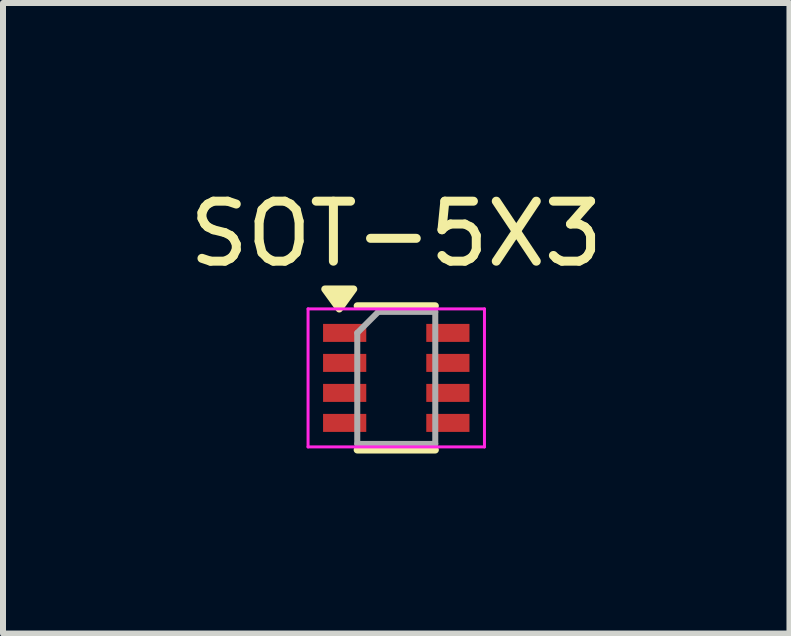
<source format=kicad_pcb>
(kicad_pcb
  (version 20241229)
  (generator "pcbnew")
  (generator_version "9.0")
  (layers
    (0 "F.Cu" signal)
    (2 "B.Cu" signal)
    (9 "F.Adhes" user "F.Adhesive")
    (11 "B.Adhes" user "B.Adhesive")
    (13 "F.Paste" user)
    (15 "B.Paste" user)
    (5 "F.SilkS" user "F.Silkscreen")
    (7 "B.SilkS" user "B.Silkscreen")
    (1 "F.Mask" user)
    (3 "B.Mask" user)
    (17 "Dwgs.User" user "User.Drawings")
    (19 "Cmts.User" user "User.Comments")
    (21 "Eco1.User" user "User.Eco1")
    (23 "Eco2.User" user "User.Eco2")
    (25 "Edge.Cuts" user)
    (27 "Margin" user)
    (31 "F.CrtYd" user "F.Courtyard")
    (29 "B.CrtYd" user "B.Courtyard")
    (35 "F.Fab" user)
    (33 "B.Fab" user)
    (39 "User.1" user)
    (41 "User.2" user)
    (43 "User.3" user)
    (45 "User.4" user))
  (footprint "SOT-5X3"
    (layer "F.Cu")
    (at 3.554 3.248)
    (property "Reference" "SOT-5X3" (at 0 -2.4 0) (layer "F.SilkS") (effects (font (size 1 1) (thickness 0.15))))
    (attr smd)
    (fp_line (start -0.65 -1.2) (end 0.65 -1.2) (stroke (width 0.12) (type default)) (layer "F.SilkS"))
    (fp_line (start -0.65 1.2) (end 0.65 1.2) (stroke (width 0.12) (type default)) (layer "F.SilkS"))
    (fp_poly (pts (xy -0.95 -1.15) (xy -1.19 -1.48) (xy -0.71 -1.48) (xy -0.95 -1.15)) (stroke (width 0.12) (type solid)) (fill yes) (layer "F.SilkS"))
    (fp_line (start -1.47 -1.15) (end 1.47 -1.15) (stroke (width 0.05) (type default)) (layer "F.CrtYd"))
    (fp_line (start -1.47 1.15) (end -1.47 -1.15) (stroke (width 0.05) (type default)) (layer "F.CrtYd"))
    (fp_line (start 1.47 -1.15) (end 1.47 1.15) (stroke (width 0.05) (type default)) (layer "F.CrtYd"))
    (fp_line (start 1.47 1.15) (end -1.47 1.15) (stroke (width 0.05) (type default)) (layer "F.CrtYd"))
    (fp_line (start -0.65 1.1) (end -0.65 -0.75) (stroke (width 0.1) (type default)) (layer "F.Fab"))
    (fp_line (start -0.3 -1.1) (end -0.65 -0.75) (stroke (width 0.1) (type default)) (layer "F.Fab"))
    (fp_line (start -0.3 -1.1) (end 0.65 -1.1) (stroke (width 0.1) (type default)) (layer "F.Fab"))
    (fp_line (start 0.65 -1.1) (end 0.65 1.1) (stroke (width 0.1) (type default)) (layer "F.Fab"))
    (fp_line (start 0.65 1.1) (end -0.65 1.1) (stroke (width 0.1) (type default)) (layer "F.Fab"))
    (pad "1" smd rect (at -0.86 -0.75 270) (size 0.3 0.72) (layers "F.Cu" "F.Mask" "F.Paste"))
    (pad "2" smd rect (at -0.86 -0.25 270) (size 0.3 0.72) (layers "F.Cu" "F.Mask" "F.Paste"))
    (pad "3" smd rect (at -0.86 0.25 270) (size 0.3 0.72) (layers "F.Cu" "F.Mask" "F.Paste"))
    (pad "4" smd rect (at -0.86 0.75 270) (size 0.3 0.72) (layers "F.Cu" "F.Mask" "F.Paste"))
    (pad "5" smd rect (at 0.86 0.75 270) (size 0.3 0.72) (layers "F.Cu" "F.Mask" "F.Paste"))
    (pad "6" smd rect (at 0.86 0.25 270) (size 0.3 0.72) (layers "F.Cu" "F.Mask" "F.Paste"))
    (pad "7" smd rect (at 0.86 -0.25 270) (size 0.3 0.72) (layers "F.Cu" "F.Mask" "F.Paste"))
    (pad "8" smd rect (at 0.86 -0.75 270) (size 0.3 0.72) (layers "F.Cu" "F.Mask" "F.Paste")))
  (gr_rect
    (start -3 -3)
    (end 10.107 7.508)
    (stroke (width 0.1) (type default))
    (fill no)
    (layer "Edge.Cuts")))
</source>
